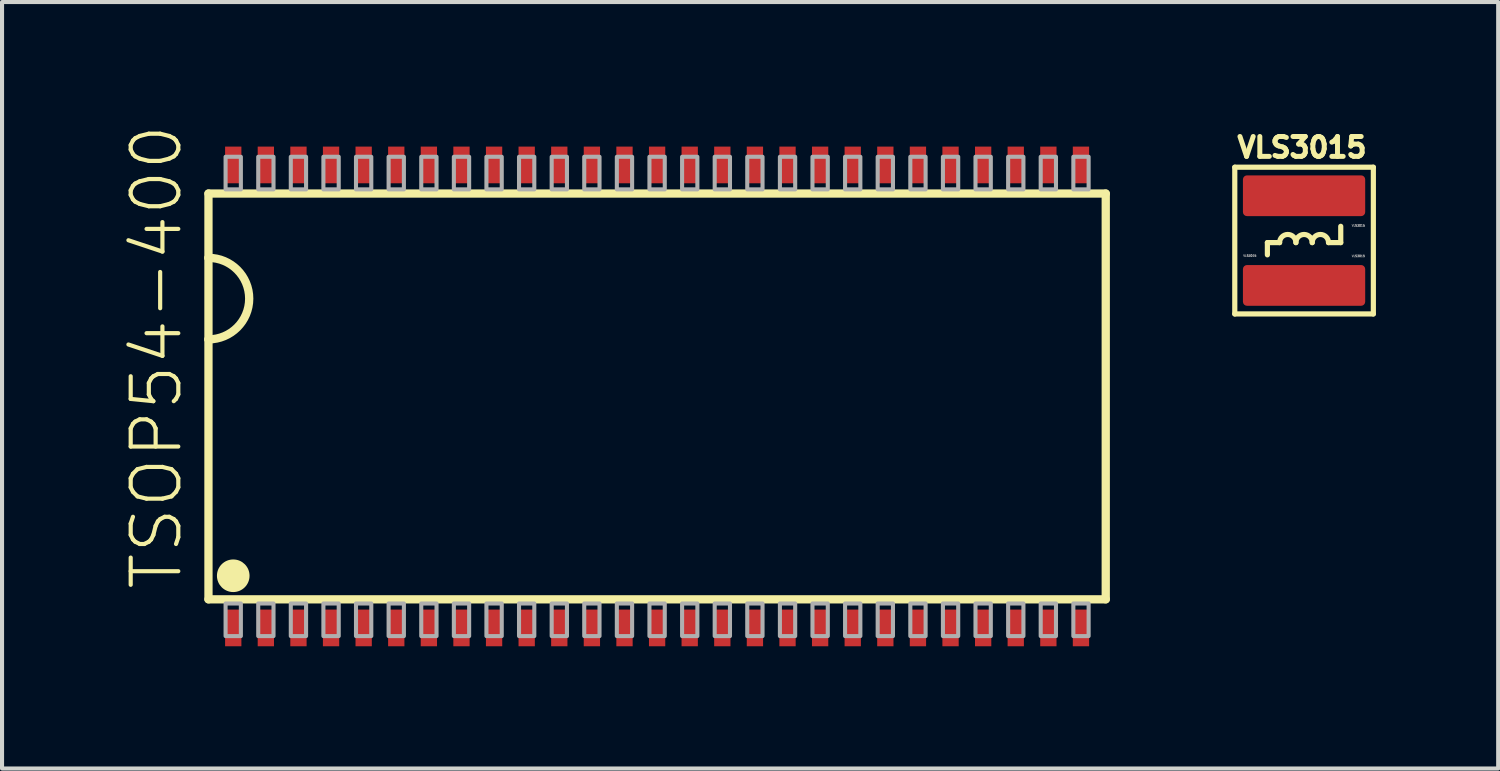
<source format=kicad_pcb>
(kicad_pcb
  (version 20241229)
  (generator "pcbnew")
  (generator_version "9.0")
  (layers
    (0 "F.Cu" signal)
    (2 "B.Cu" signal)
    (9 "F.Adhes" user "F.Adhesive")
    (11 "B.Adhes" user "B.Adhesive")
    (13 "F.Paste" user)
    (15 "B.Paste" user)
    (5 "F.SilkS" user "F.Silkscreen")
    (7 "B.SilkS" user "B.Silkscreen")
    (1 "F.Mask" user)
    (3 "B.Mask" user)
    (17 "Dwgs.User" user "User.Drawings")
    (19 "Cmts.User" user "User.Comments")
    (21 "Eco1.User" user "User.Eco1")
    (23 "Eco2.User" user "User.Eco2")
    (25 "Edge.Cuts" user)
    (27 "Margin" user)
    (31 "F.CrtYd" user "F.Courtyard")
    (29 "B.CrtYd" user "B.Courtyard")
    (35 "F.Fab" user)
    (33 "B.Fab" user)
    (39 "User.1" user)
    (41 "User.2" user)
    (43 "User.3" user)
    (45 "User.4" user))
  (footprint "VLS3015"
    (layer "F.Cu")
    (at 28.947 2.853)
    (property "Reference" "VLS3015" (at -1.7 -2 0) (layer "F.SilkS") (effects (font (size 0.488 0.488) (thickness 0.122)) (justify left bottom)))
    (property "Value" "VLS3015" (at -1.5 -0.35 0) (layer "F.Fab") (hide yes) (effects (font (size 0.05 0.05) (thickness 0.15)) (justify left bottom)))
    (fp_line (start -1.7 -1.8) (end 1.7 -1.8) (stroke (width 0.127) (type solid)) (layer "F.SilkS"))
    (fp_line (start -1.7 1.8) (end -1.7 -1.8) (stroke (width 0.127) (type solid)) (layer "F.SilkS"))
    (fp_line (start -0.9 0.05) (end -0.9 0.35) (stroke (width 0.127) (type solid)) (layer "F.SilkS"))
    (fp_line (start -0.6 0.05) (end -0.9 0.05) (stroke (width 0.127) (type solid)) (layer "F.SilkS"))
    (fp_line (start 0.6 0.05) (end 0.9 0.05) (stroke (width 0.127) (type solid)) (layer "F.SilkS"))
    (fp_line (start 0.9 0.05) (end 0.9 -0.35) (stroke (width 0.127) (type solid)) (layer "F.SilkS"))
    (fp_line (start 1.7 -1.8) (end 1.7 1.8) (stroke (width 0.127) (type solid)) (layer "F.SilkS"))
    (fp_line (start 1.7 1.8) (end -1.7 1.8) (stroke (width 0.127) (type solid)) (layer "F.SilkS"))
    (fp_arc (start -0.6 0.05) (mid -0.4 -0.15) (end -0.2 0.05) (stroke (width 0.127) (type solid)) (layer "F.SilkS"))
    (fp_arc (start -0.2 0.05) (mid 0 -0.15) (end 0.2 0.05) (stroke (width 0.127) (type solid)) (layer "F.SilkS"))
    (fp_arc (start 0.2 0.05) (mid 0.4 -0.15) (end 0.6 0.05) (stroke (width 0.127) (type solid)) (layer "F.SilkS"))
    (fp_text user "${VALUE}" (at -1.5 0.4 0) (layer "F.Fab") (effects (font (size 0.05 0.05) (thickness 0.15)) (justify left bottom)))
    (fp_text user "${VALUE}" (at 1.5 -0.4 0) (layer "F.Fab") (effects (font (size 0.05 0.05) (thickness 0.15)) (justify right top)))
    (fp_text user "${VALUE}" (at 1.5 0.35 0) (layer "F.Fab") (effects (font (size 0.05 0.05) (thickness 0.15)) (justify right top)))
    (pad "1" smd roundrect (at 0 -1.1) (size 3 1) (layers "F.Cu" "F.Mask" "F.Paste") (roundrect_rratio 0.1))
    (pad "2" smd roundrect (at 0 1.1) (size 3 1) (layers "F.Cu" "F.Mask" "F.Paste") (roundrect_rratio 0.1)))
  (footprint "TSOP54-400"
    (layer "F.Cu")
    (at 13.073 6.677)
    (property "Reference" "TSOP54-400" (at -11.6 4.8 90) (layer "F.SilkS") (effects (font (size 1.168 1.168) (thickness 0.102)) (justify left bottom)))
    (fp_line (start -11.008 -4.978) (end -11.008 -3.4) (stroke (width 0.203) (type solid)) (layer "F.SilkS"))
    (fp_line (start -11.008 -3.4) (end -11.008 -1.4) (stroke (width 0.203) (type solid)) (layer "F.SilkS"))
    (fp_line (start -11.008 -1.4) (end -11.008 4.978) (stroke (width 0.203) (type solid)) (layer "F.SilkS"))
    (fp_line (start -11.008 4.978) (end 11.008 4.978) (stroke (width 0.203) (type solid)) (layer "F.SilkS"))
    (fp_line (start 11.008 -4.978) (end -11.008 -4.978) (stroke (width 0.203) (type solid)) (layer "F.SilkS"))
    (fp_line (start 11.008 4.978) (end 11.008 -4.978) (stroke (width 0.203) (type solid)) (layer "F.SilkS"))
    (fp_arc (start -11.0084 -3.4) (mid -10.0084 -2.4) (end -11.0084 -1.4) (stroke (width 0.2032) (type solid)) (layer "F.SilkS"))
    (fp_circle (center -10.4 4.4) (end -10.2 4.4) (stroke (width 0.4) (type solid)) (fill yes) (layer "F.SilkS"))
    (fp_poly (pts (xy -10.213 -5.08) (xy -10.213 -5.88) (xy -10.588 -5.88) (xy -10.588 -5.08)) (stroke (width 0.1) (type default)) (fill no) (layer "F.Fab"))
    (fp_poly (pts (xy -10.213 5.88) (xy -10.213 5.08) (xy -10.588 5.08) (xy -10.588 5.88)) (stroke (width 0.1) (type default)) (fill no) (layer "F.Fab"))
    (fp_poly (pts (xy -9.412 -5.08) (xy -9.412 -5.88) (xy -9.787 -5.88) (xy -9.787 -5.08)) (stroke (width 0.1) (type default)) (fill no) (layer "F.Fab"))
    (fp_poly (pts (xy -9.412 5.88) (xy -9.412 5.08) (xy -9.787 5.08) (xy -9.787 5.88)) (stroke (width 0.1) (type default)) (fill no) (layer "F.Fab"))
    (fp_poly (pts (xy -8.613 -5.08) (xy -8.613 -5.88) (xy -8.988 -5.88) (xy -8.988 -5.08)) (stroke (width 0.1) (type default)) (fill no) (layer "F.Fab"))
    (fp_poly (pts (xy -8.613 5.88) (xy -8.613 5.08) (xy -8.988 5.08) (xy -8.988 5.88)) (stroke (width 0.1) (type default)) (fill no) (layer "F.Fab"))
    (fp_poly (pts (xy -7.812 -5.08) (xy -7.812 -5.88) (xy -8.188 -5.88) (xy -8.188 -5.08)) (stroke (width 0.1) (type default)) (fill no) (layer "F.Fab"))
    (fp_poly (pts (xy -7.812 5.88) (xy -7.812 5.08) (xy -8.188 5.08) (xy -8.188 5.88)) (stroke (width 0.1) (type default)) (fill no) (layer "F.Fab"))
    (fp_poly (pts (xy -7.013 -5.08) (xy -7.013 -5.88) (xy -7.388 -5.88) (xy -7.388 -5.08)) (stroke (width 0.1) (type default)) (fill no) (layer "F.Fab"))
    (fp_poly (pts (xy -7.013 5.88) (xy -7.013 5.08) (xy -7.388 5.08) (xy -7.388 5.88)) (stroke (width 0.1) (type default)) (fill no) (layer "F.Fab"))
    (fp_poly (pts (xy -6.213 -5.08) (xy -6.213 -5.88) (xy -6.588 -5.88) (xy -6.588 -5.08)) (stroke (width 0.1) (type default)) (fill no) (layer "F.Fab"))
    (fp_poly (pts (xy -6.213 5.88) (xy -6.213 5.08) (xy -6.588 5.08) (xy -6.588 5.88)) (stroke (width 0.1) (type default)) (fill no) (layer "F.Fab"))
    (fp_poly (pts (xy -5.412 -5.08) (xy -5.412 -5.88) (xy -5.787 -5.88) (xy -5.787 -5.08)) (stroke (width 0.1) (type default)) (fill no) (layer "F.Fab"))
    (fp_poly (pts (xy -5.412 5.88) (xy -5.412 5.08) (xy -5.787 5.08) (xy -5.787 5.88)) (stroke (width 0.1) (type default)) (fill no) (layer "F.Fab"))
    (fp_poly (pts (xy -4.612 -5.08) (xy -4.612 -5.88) (xy -4.987 -5.88) (xy -4.987 -5.08)) (stroke (width 0.1) (type default)) (fill no) (layer "F.Fab"))
    (fp_poly (pts (xy -4.612 5.88) (xy -4.612 5.08) (xy -4.987 5.08) (xy -4.987 5.88)) (stroke (width 0.1) (type default)) (fill no) (layer "F.Fab"))
    (fp_poly (pts (xy -3.812 -5.08) (xy -3.812 -5.88) (xy -4.188 -5.88) (xy -4.188 -5.08)) (stroke (width 0.1) (type default)) (fill no) (layer "F.Fab"))
    (fp_poly (pts (xy -3.812 5.88) (xy -3.812 5.08) (xy -4.188 5.08) (xy -4.188 5.88)) (stroke (width 0.1) (type default)) (fill no) (layer "F.Fab"))
    (fp_poly (pts (xy -3.013 -5.08) (xy -3.013 -5.88) (xy -3.388 -5.88) (xy -3.388 -5.08)) (stroke (width 0.1) (type default)) (fill no) (layer "F.Fab"))
    (fp_poly (pts (xy -3.013 5.88) (xy -3.013 5.08) (xy -3.388 5.08) (xy -3.388 5.88)) (stroke (width 0.1) (type default)) (fill no) (layer "F.Fab"))
    (fp_poly (pts (xy -2.212 -5.08) (xy -2.212 -5.88) (xy -2.587 -5.88) (xy -2.587 -5.08)) (stroke (width 0.1) (type default)) (fill no) (layer "F.Fab"))
    (fp_poly (pts (xy -2.212 5.88) (xy -2.212 5.08) (xy -2.587 5.08) (xy -2.587 5.88)) (stroke (width 0.1) (type default)) (fill no) (layer "F.Fab"))
    (fp_poly (pts (xy -1.413 -5.08) (xy -1.413 -5.88) (xy -1.788 -5.88) (xy -1.788 -5.08)) (stroke (width 0.1) (type default)) (fill no) (layer "F.Fab"))
    (fp_poly (pts (xy -1.413 5.88) (xy -1.413 5.08) (xy -1.788 5.08) (xy -1.788 5.88)) (stroke (width 0.1) (type default)) (fill no) (layer "F.Fab"))
    (fp_poly (pts (xy -0.613 -5.08) (xy -0.613 -5.88) (xy -0.988 -5.88) (xy -0.988 -5.08)) (stroke (width 0.1) (type default)) (fill no) (layer "F.Fab"))
    (fp_poly (pts (xy -0.613 5.88) (xy -0.613 5.08) (xy -0.988 5.08) (xy -0.988 5.88)) (stroke (width 0.1) (type default)) (fill no) (layer "F.Fab"))
    (fp_poly (pts (xy 0.188 -5.08) (xy 0.188 -5.88) (xy -0.188 -5.88) (xy -0.188 -5.08)) (stroke (width 0.1) (type default)) (fill no) (layer "F.Fab"))
    (fp_poly (pts (xy 0.188 5.88) (xy 0.188 5.08) (xy -0.188 5.08) (xy -0.188 5.88)) (stroke (width 0.1) (type default)) (fill no) (layer "F.Fab"))
    (fp_poly (pts (xy 0.988 -5.08) (xy 0.988 -5.88) (xy 0.613 -5.88) (xy 0.613 -5.08)) (stroke (width 0.1) (type default)) (fill no) (layer "F.Fab"))
    (fp_poly (pts (xy 0.988 5.88) (xy 0.988 5.08) (xy 0.613 5.08) (xy 0.613 5.88)) (stroke (width 0.1) (type default)) (fill no) (layer "F.Fab"))
    (fp_poly (pts (xy 1.788 -5.08) (xy 1.788 -5.88) (xy 1.413 -5.88) (xy 1.413 -5.08)) (stroke (width 0.1) (type default)) (fill no) (layer "F.Fab"))
    (fp_poly (pts (xy 1.788 5.88) (xy 1.788 5.08) (xy 1.413 5.08) (xy 1.413 5.88)) (stroke (width 0.1) (type default)) (fill no) (layer "F.Fab"))
    (fp_poly (pts (xy 2.587 -5.08) (xy 2.587 -5.88) (xy 2.212 -5.88) (xy 2.212 -5.08)) (stroke (width 0.1) (type default)) (fill no) (layer "F.Fab"))
    (fp_poly (pts (xy 2.587 5.88) (xy 2.587 5.08) (xy 2.212 5.08) (xy 2.212 5.88)) (stroke (width 0.1) (type default)) (fill no) (layer "F.Fab"))
    (fp_poly (pts (xy 3.388 -5.08) (xy 3.388 -5.88) (xy 3.013 -5.88) (xy 3.013 -5.08)) (stroke (width 0.1) (type default)) (fill no) (layer "F.Fab"))
    (fp_poly (pts (xy 3.388 5.88) (xy 3.388 5.08) (xy 3.013 5.08) (xy 3.013 5.88)) (stroke (width 0.1) (type default)) (fill no) (layer "F.Fab"))
    (fp_poly (pts (xy 4.188 -5.08) (xy 4.188 -5.88) (xy 3.812 -5.88) (xy 3.812 -5.08)) (stroke (width 0.1) (type default)) (fill no) (layer "F.Fab"))
    (fp_poly (pts (xy 4.188 5.88) (xy 4.188 5.08) (xy 3.812 5.08) (xy 3.812 5.88)) (stroke (width 0.1) (type default)) (fill no) (layer "F.Fab"))
    (fp_poly (pts (xy 4.987 -5.08) (xy 4.987 -5.88) (xy 4.612 -5.88) (xy 4.612 -5.08)) (stroke (width 0.1) (type default)) (fill no) (layer "F.Fab"))
    (fp_poly (pts (xy 4.987 5.88) (xy 4.987 5.08) (xy 4.612 5.08) (xy 4.612 5.88)) (stroke (width 0.1) (type default)) (fill no) (layer "F.Fab"))
    (fp_poly (pts (xy 5.787 -5.08) (xy 5.787 -5.88) (xy 5.412 -5.88) (xy 5.412 -5.08)) (stroke (width 0.1) (type default)) (fill no) (layer "F.Fab"))
    (fp_poly (pts (xy 5.787 5.88) (xy 5.787 5.08) (xy 5.412 5.08) (xy 5.412 5.88)) (stroke (width 0.1) (type default)) (fill no) (layer "F.Fab"))
    (fp_poly (pts (xy 6.588 -5.08) (xy 6.588 -5.88) (xy 6.213 -5.88) (xy 6.213 -5.08)) (stroke (width 0.1) (type default)) (fill no) (layer "F.Fab"))
    (fp_poly (pts (xy 6.588 5.88) (xy 6.588 5.08) (xy 6.213 5.08) (xy 6.213 5.88)) (stroke (width 0.1) (type default)) (fill no) (layer "F.Fab"))
    (fp_poly (pts (xy 7.388 -5.08) (xy 7.388 -5.88) (xy 7.013 -5.88) (xy 7.013 -5.08)) (stroke (width 0.1) (type default)) (fill no) (layer "F.Fab"))
    (fp_poly (pts (xy 7.388 5.88) (xy 7.388 5.08) (xy 7.013 5.08) (xy 7.013 5.88)) (stroke (width 0.1) (type default)) (fill no) (layer "F.Fab"))
    (fp_poly (pts (xy 8.188 -5.08) (xy 8.188 -5.88) (xy 7.812 -5.88) (xy 7.812 -5.08)) (stroke (width 0.1) (type default)) (fill no) (layer "F.Fab"))
    (fp_poly (pts (xy 8.188 5.88) (xy 8.188 5.08) (xy 7.812 5.08) (xy 7.812 5.88)) (stroke (width 0.1) (type default)) (fill no) (layer "F.Fab"))
    (fp_poly (pts (xy 8.988 -5.08) (xy 8.988 -5.88) (xy 8.613 -5.88) (xy 8.613 -5.08)) (stroke (width 0.1) (type default)) (fill no) (layer "F.Fab"))
    (fp_poly (pts (xy 8.988 5.88) (xy 8.988 5.08) (xy 8.613 5.08) (xy 8.613 5.88)) (stroke (width 0.1) (type default)) (fill no) (layer "F.Fab"))
    (fp_poly (pts (xy 9.787 -5.08) (xy 9.787 -5.88) (xy 9.412 -5.88) (xy 9.412 -5.08)) (stroke (width 0.1) (type default)) (fill no) (layer "F.Fab"))
    (fp_poly (pts (xy 9.787 5.88) (xy 9.787 5.08) (xy 9.412 5.08) (xy 9.412 5.88)) (stroke (width 0.1) (type default)) (fill no) (layer "F.Fab"))
    (fp_poly (pts (xy 10.213 -5.88) (xy 10.213 -5.08) (xy 10.588 -5.08) (xy 10.588 -5.88)) (stroke (width 0.1) (type default)) (fill no) (layer "F.Fab"))
    (fp_poly (pts (xy 10.588 5.88) (xy 10.588 5.08) (xy 10.213 5.08) (xy 10.213 5.88)) (stroke (width 0.1) (type default)) (fill no) (layer "F.Fab"))
    (pad "1" smd rect (at -10.4 5.68 90) (size 0.9 0.4) (layers "F.Cu" "F.Mask" "F.Paste"))
    (pad "2" smd rect (at -9.6 5.68 90) (size 0.9 0.4) (layers "F.Cu" "F.Mask" "F.Paste"))
    (pad "3" smd rect (at -8.8 5.68 90) (size 0.9 0.4) (layers "F.Cu" "F.Mask" "F.Paste"))
    (pad "4" smd rect (at -8 5.68 90) (size 0.9 0.4) (layers "F.Cu" "F.Mask" "F.Paste"))
    (pad "5" smd rect (at -7.2 5.68 90) (size 0.9 0.4) (layers "F.Cu" "F.Mask" "F.Paste"))
    (pad "6" smd rect (at -6.4 5.68 90) (size 0.9 0.4) (layers "F.Cu" "F.Mask" "F.Paste"))
    (pad "7" smd rect (at -5.6 5.68 90) (size 0.9 0.4) (layers "F.Cu" "F.Mask" "F.Paste"))
    (pad "8" smd rect (at -4.8 5.68 90) (size 0.9 0.4) (layers "F.Cu" "F.Mask" "F.Paste"))
    (pad "9" smd rect (at -4 5.68 90) (size 0.9 0.4) (layers "F.Cu" "F.Mask" "F.Paste"))
    (pad "10" smd rect (at -3.2 5.68 90) (size 0.9 0.4) (layers "F.Cu" "F.Mask" "F.Paste"))
    (pad "11" smd rect (at -2.4 5.68 90) (size 0.9 0.4) (layers "F.Cu" "F.Mask" "F.Paste"))
    (pad "12" smd rect (at -1.6 5.68 90) (size 0.9 0.4) (layers "F.Cu" "F.Mask" "F.Paste"))
    (pad "13" smd rect (at -0.8 5.68 90) (size 0.9 0.4) (layers "F.Cu" "F.Mask" "F.Paste"))
    (pad "14" smd rect (at 0 5.68 90) (size 0.9 0.4) (layers "F.Cu" "F.Mask" "F.Paste"))
    (pad "15" smd rect (at 0.8 5.68 90) (size 0.9 0.4) (layers "F.Cu" "F.Mask" "F.Paste"))
    (pad "16" smd rect (at 1.6 5.68 90) (size 0.9 0.4) (layers "F.Cu" "F.Mask" "F.Paste"))
    (pad "17" smd rect (at 2.4 5.68 90) (size 0.9 0.4) (layers "F.Cu" "F.Mask" "F.Paste"))
    (pad "18" smd rect (at 3.2 5.68 90) (size 0.9 0.4) (layers "F.Cu" "F.Mask" "F.Paste"))
    (pad "19" smd rect (at 4 5.68 90) (size 0.9 0.4) (layers "F.Cu" "F.Mask" "F.Paste"))
    (pad "20" smd rect (at 4.8 5.68 90) (size 0.9 0.4) (layers "F.Cu" "F.Mask" "F.Paste"))
    (pad "21" smd rect (at 5.6 5.68 90) (size 0.9 0.4) (layers "F.Cu" "F.Mask" "F.Paste"))
    (pad "22" smd rect (at 6.4 5.68 90) (size 0.9 0.4) (layers "F.Cu" "F.Mask" "F.Paste"))
    (pad "23" smd rect (at 7.2 5.68 90) (size 0.9 0.4) (layers "F.Cu" "F.Mask" "F.Paste"))
    (pad "24" smd rect (at 8 5.68 90) (size 0.9 0.4) (layers "F.Cu" "F.Mask" "F.Paste"))
    (pad "25" smd rect (at 8.8 5.68 90) (size 0.9 0.4) (layers "F.Cu" "F.Mask" "F.Paste"))
    (pad "26" smd rect (at 9.6 5.68 90) (size 0.9 0.4) (layers "F.Cu" "F.Mask" "F.Paste"))
    (pad "27" smd rect (at 10.4 5.68 90) (size 0.9 0.4) (layers "F.Cu" "F.Mask" "F.Paste"))
    (pad "28" smd rect (at 10.4 -5.68 270) (size 0.9 0.4) (layers "F.Cu" "F.Mask" "F.Paste"))
    (pad "29" smd rect (at 9.6 -5.68 90) (size 0.9 0.4) (layers "F.Cu" "F.Mask" "F.Paste"))
    (pad "30" smd rect (at 8.8 -5.68 90) (size 0.9 0.4) (layers "F.Cu" "F.Mask" "F.Paste"))
    (pad "31" smd rect (at 8 -5.68 90) (size 0.9 0.4) (layers "F.Cu" "F.Mask" "F.Paste"))
    (pad "32" smd rect (at 7.2 -5.68 90) (size 0.9 0.4) (layers "F.Cu" "F.Mask" "F.Paste"))
    (pad "33" smd rect (at 6.4 -5.68 90) (size 0.9 0.4) (layers "F.Cu" "F.Mask" "F.Paste"))
    (pad "34" smd rect (at 5.6 -5.68 90) (size 0.9 0.4) (layers "F.Cu" "F.Mask" "F.Paste"))
    (pad "35" smd rect (at 4.8 -5.68 90) (size 0.9 0.4) (layers "F.Cu" "F.Mask" "F.Paste"))
    (pad "36" smd rect (at 4 -5.68 90) (size 0.9 0.4) (layers "F.Cu" "F.Mask" "F.Paste"))
    (pad "37" smd rect (at 3.2 -5.68 90) (size 0.9 0.4) (layers "F.Cu" "F.Mask" "F.Paste"))
    (pad "38" smd rect (at 2.4 -5.68 90) (size 0.9 0.4) (layers "F.Cu" "F.Mask" "F.Paste"))
    (pad "39" smd rect (at 1.6 -5.68 90) (size 0.9 0.4) (layers "F.Cu" "F.Mask" "F.Paste"))
    (pad "40" smd rect (at 0.8 -5.68 90) (size 0.9 0.4) (layers "F.Cu" "F.Mask" "F.Paste"))
    (pad "41" smd rect (at 0 -5.68 90) (size 0.9 0.4) (layers "F.Cu" "F.Mask" "F.Paste"))
    (pad "42" smd rect (at -0.8 -5.68 90) (size 0.9 0.4) (layers "F.Cu" "F.Mask" "F.Paste"))
    (pad "43" smd rect (at -1.6 -5.68 90) (size 0.9 0.4) (layers "F.Cu" "F.Mask" "F.Paste"))
    (pad "44" smd rect (at -2.4 -5.68 90) (size 0.9 0.4) (layers "F.Cu" "F.Mask" "F.Paste"))
    (pad "45" smd rect (at -3.2 -5.68 90) (size 0.9 0.4) (layers "F.Cu" "F.Mask" "F.Paste"))
    (pad "46" smd rect (at -4 -5.68 90) (size 0.9 0.4) (layers "F.Cu" "F.Mask" "F.Paste"))
    (pad "47" smd rect (at -4.8 -5.68 90) (size 0.9 0.4) (layers "F.Cu" "F.Mask" "F.Paste"))
    (pad "48" smd rect (at -5.6 -5.68 90) (size 0.9 0.4) (layers "F.Cu" "F.Mask" "F.Paste"))
    (pad "49" smd rect (at -6.4 -5.68 90) (size 0.9 0.4) (layers "F.Cu" "F.Mask" "F.Paste"))
    (pad "50" smd rect (at -7.2 -5.68 90) (size 0.9 0.4) (layers "F.Cu" "F.Mask" "F.Paste"))
    (pad "51" smd rect (at -8 -5.68 90) (size 0.9 0.4) (layers "F.Cu" "F.Mask" "F.Paste"))
    (pad "52" smd rect (at -8.8 -5.68 90) (size 0.9 0.4) (layers "F.Cu" "F.Mask" "F.Paste"))
    (pad "53" smd rect (at -9.6 -5.68 90) (size 0.9 0.4) (layers "F.Cu" "F.Mask" "F.Paste"))
    (pad "54" smd rect (at -10.4 -5.68 90) (size 0.9 0.4) (layers "F.Cu" "F.Mask" "F.Paste")))
  (gr_rect
    (start -3 -3)
    (end 33.71 15.807)
    (stroke (width 0.1) (type default))
    (fill no)
    (layer "Edge.Cuts")))
</source>
